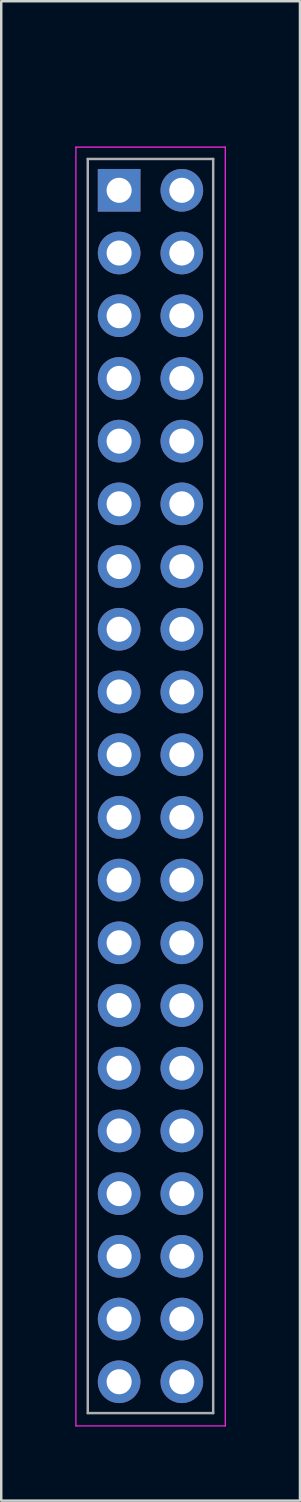
<source format=kicad_pcb>
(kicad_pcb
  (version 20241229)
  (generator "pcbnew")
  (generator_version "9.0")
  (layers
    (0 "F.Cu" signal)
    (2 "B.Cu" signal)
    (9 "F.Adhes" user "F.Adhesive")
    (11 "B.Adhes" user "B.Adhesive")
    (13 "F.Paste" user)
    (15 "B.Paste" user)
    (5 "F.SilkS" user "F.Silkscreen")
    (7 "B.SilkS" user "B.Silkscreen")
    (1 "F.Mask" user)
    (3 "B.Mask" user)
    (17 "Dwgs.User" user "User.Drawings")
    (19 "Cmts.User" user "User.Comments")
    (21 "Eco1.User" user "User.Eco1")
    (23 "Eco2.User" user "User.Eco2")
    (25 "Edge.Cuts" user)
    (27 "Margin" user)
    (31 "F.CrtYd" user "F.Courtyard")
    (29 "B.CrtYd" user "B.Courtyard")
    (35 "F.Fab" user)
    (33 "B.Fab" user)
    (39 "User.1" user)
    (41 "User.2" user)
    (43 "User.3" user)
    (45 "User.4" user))
  (footprint "GPIO"
    (layer "F.Cu")
    (at 3.045 28.788)
    (property "Reference" "GPIO" (at 0 -27.94 0) (layer "F.Mask") (effects (font (size 1 1) (thickness 0.15))))
    (attr through_hole)
    (fp_line (start -3.02 -25.88) (end -3.02 25.92) (stroke (width 0.05) (type solid)) (layer "F.CrtYd"))
    (fp_line (start -3.02 -25.88) (end 3.03 -25.88) (stroke (width 0.05) (type solid)) (layer "F.CrtYd"))
    (fp_line (start -3.02 25.92) (end 3.03 25.92) (stroke (width 0.05) (type solid)) (layer "F.CrtYd"))
    (fp_line (start 3.03 -25.88) (end 3.03 25.92) (stroke (width 0.05) (type solid)) (layer "F.CrtYd"))
    (fp_line (start -2.54 -25.4) (end 2.54 -25.4) (stroke (width 0.1) (type solid)) (layer "F.Fab"))
    (fp_line (start -2.54 25.4) (end -2.54 -25.4) (stroke (width 0.1) (type solid)) (layer "F.Fab"))
    (fp_line (start 2.54 -25.4) (end 2.54 25.4) (stroke (width 0.1) (type solid)) (layer "F.Fab"))
    (fp_line (start 2.54 25.4) (end -2.54 25.4) (stroke (width 0.1) (type solid)) (layer "F.Fab"))
    (pad "01" thru_hole rect (at -1.27 -24.13) (size 1.727 1.727) (drill 1.016) (layers "*.Cu" "*.Mask"))
    (pad "02" thru_hole oval (at 1.27 -24.13) (size 1.727 1.727) (drill 1.016) (layers "*.Cu" "*.Mask"))
    (pad "03" thru_hole oval (at -1.27 -21.59) (size 1.727 1.727) (drill 1.016) (layers "*.Cu" "*.Mask"))
    (pad "04" thru_hole oval (at 1.27 -21.59) (size 1.727 1.727) (drill 1.016) (layers "*.Cu" "*.Mask"))
    (pad "05" thru_hole oval (at -1.27 -19.05) (size 1.727 1.727) (drill 1.016) (layers "*.Cu" "*.Mask"))
    (pad "06" thru_hole oval (at 1.27 -19.05) (size 1.727 1.727) (drill 1.016) (layers "*.Cu" "*.Mask"))
    (pad "07" thru_hole oval (at -1.27 -16.51) (size 1.727 1.727) (drill 1.016) (layers "*.Cu" "*.Mask"))
    (pad "08" thru_hole oval (at 1.27 -16.51) (size 1.727 1.727) (drill 1.016) (layers "*.Cu" "*.Mask"))
    (pad "09" thru_hole oval (at -1.27 -13.97) (size 1.727 1.727) (drill 1.016) (layers "*.Cu" "*.Mask"))
    (pad "10" thru_hole oval (at 1.27 -13.97) (size 1.727 1.727) (drill 1.016) (layers "*.Cu" "*.Mask"))
    (pad "11" thru_hole oval (at -1.27 -11.43) (size 1.727 1.727) (drill 1.016) (layers "*.Cu" "*.Mask"))
    (pad "12" thru_hole oval (at 1.27 -11.43) (size 1.727 1.727) (drill 1.016) (layers "*.Cu" "*.Mask"))
    (pad "13" thru_hole oval (at -1.27 -8.89) (size 1.727 1.727) (drill 1.016) (layers "*.Cu" "*.Mask"))
    (pad "14" thru_hole oval (at 1.27 -8.89) (size 1.727 1.727) (drill 1.016) (layers "*.Cu" "*.Mask"))
    (pad "15" thru_hole oval (at -1.27 -6.35) (size 1.727 1.727) (drill 1.016) (layers "*.Cu" "*.Mask"))
    (pad "16" thru_hole oval (at 1.27 -6.35) (size 1.727 1.727) (drill 1.016) (layers "*.Cu" "*.Mask"))
    (pad "17" thru_hole oval (at -1.27 -3.81) (size 1.727 1.727) (drill 1.016) (layers "*.Cu" "*.Mask"))
    (pad "18" thru_hole oval (at 1.27 -3.81) (size 1.727 1.727) (drill 1.016) (layers "*.Cu" "*.Mask"))
    (pad "19" thru_hole oval (at -1.27 -1.27) (size 1.727 1.727) (drill 1.016) (layers "*.Cu" "*.Mask"))
    (pad "20" thru_hole oval (at 1.27 -1.27) (size 1.727 1.727) (drill 1.016) (layers "*.Cu" "*.Mask"))
    (pad "21" thru_hole oval (at -1.27 1.27) (size 1.727 1.727) (drill 1.016) (layers "*.Cu" "*.Mask"))
    (pad "22" thru_hole oval (at 1.27 1.27) (size 1.727 1.727) (drill 1.016) (layers "*.Cu" "*.Mask"))
    (pad "23" thru_hole oval (at -1.27 3.81) (size 1.727 1.727) (drill 1.016) (layers "*.Cu" "*.Mask"))
    (pad "24" thru_hole oval (at 1.27 3.81) (size 1.727 1.727) (drill 1.016) (layers "*.Cu" "*.Mask"))
    (pad "25" thru_hole oval (at -1.27 6.35) (size 1.727 1.727) (drill 1.016) (layers "*.Cu" "*.Mask"))
    (pad "26" thru_hole oval (at 1.27 6.35) (size 1.727 1.727) (drill 1.016) (layers "*.Cu" "*.Mask"))
    (pad "27" thru_hole oval (at -1.27 8.89) (size 1.727 1.727) (drill 1.016) (layers "*.Cu" "*.Mask"))
    (pad "28" thru_hole oval (at 1.27 8.89) (size 1.727 1.727) (drill 1.016) (layers "*.Cu" "*.Mask"))
    (pad "29" thru_hole oval (at -1.27 11.43) (size 1.727 1.727) (drill 1.016) (layers "*.Cu" "*.Mask"))
    (pad "30" thru_hole oval (at 1.27 11.43) (size 1.727 1.727) (drill 1.016) (layers "*.Cu" "*.Mask"))
    (pad "31" thru_hole oval (at -1.27 13.97) (size 1.727 1.727) (drill 1.016) (layers "*.Cu" "*.Mask"))
    (pad "32" thru_hole oval (at 1.27 13.97) (size 1.727 1.727) (drill 1.016) (layers "*.Cu" "*.Mask"))
    (pad "33" thru_hole oval (at -1.27 16.51) (size 1.727 1.727) (drill 1.016) (layers "*.Cu" "*.Mask"))
    (pad "34" thru_hole oval (at 1.27 16.51) (size 1.727 1.727) (drill 1.016) (layers "*.Cu" "*.Mask"))
    (pad "35" thru_hole oval (at -1.27 19.05) (size 1.727 1.727) (drill 1.016) (layers "*.Cu" "*.Mask"))
    (pad "36" thru_hole oval (at 1.27 19.05) (size 1.727 1.727) (drill 1.016) (layers "*.Cu" "*.Mask"))
    (pad "37" thru_hole oval (at -1.27 21.59) (size 1.727 1.727) (drill 1.016) (layers "*.Cu" "*.Mask"))
    (pad "38" thru_hole oval (at 1.27 21.59) (size 1.727 1.727) (drill 1.016) (layers "*.Cu" "*.Mask"))
    (pad "39" thru_hole oval (at -1.27 24.13) (size 1.727 1.727) (drill 1.016) (layers "*.Cu" "*.Mask"))
    (pad "40" thru_hole oval (at 1.27 24.13) (size 1.727 1.727) (drill 1.016) (layers "*.Cu" "*.Mask")))
  (gr_rect
    (start -3 -3)
    (end 9.1 57.733)
    (stroke (width 0.1) (type default))
    (fill no)
    (layer "Edge.Cuts")))
</source>
